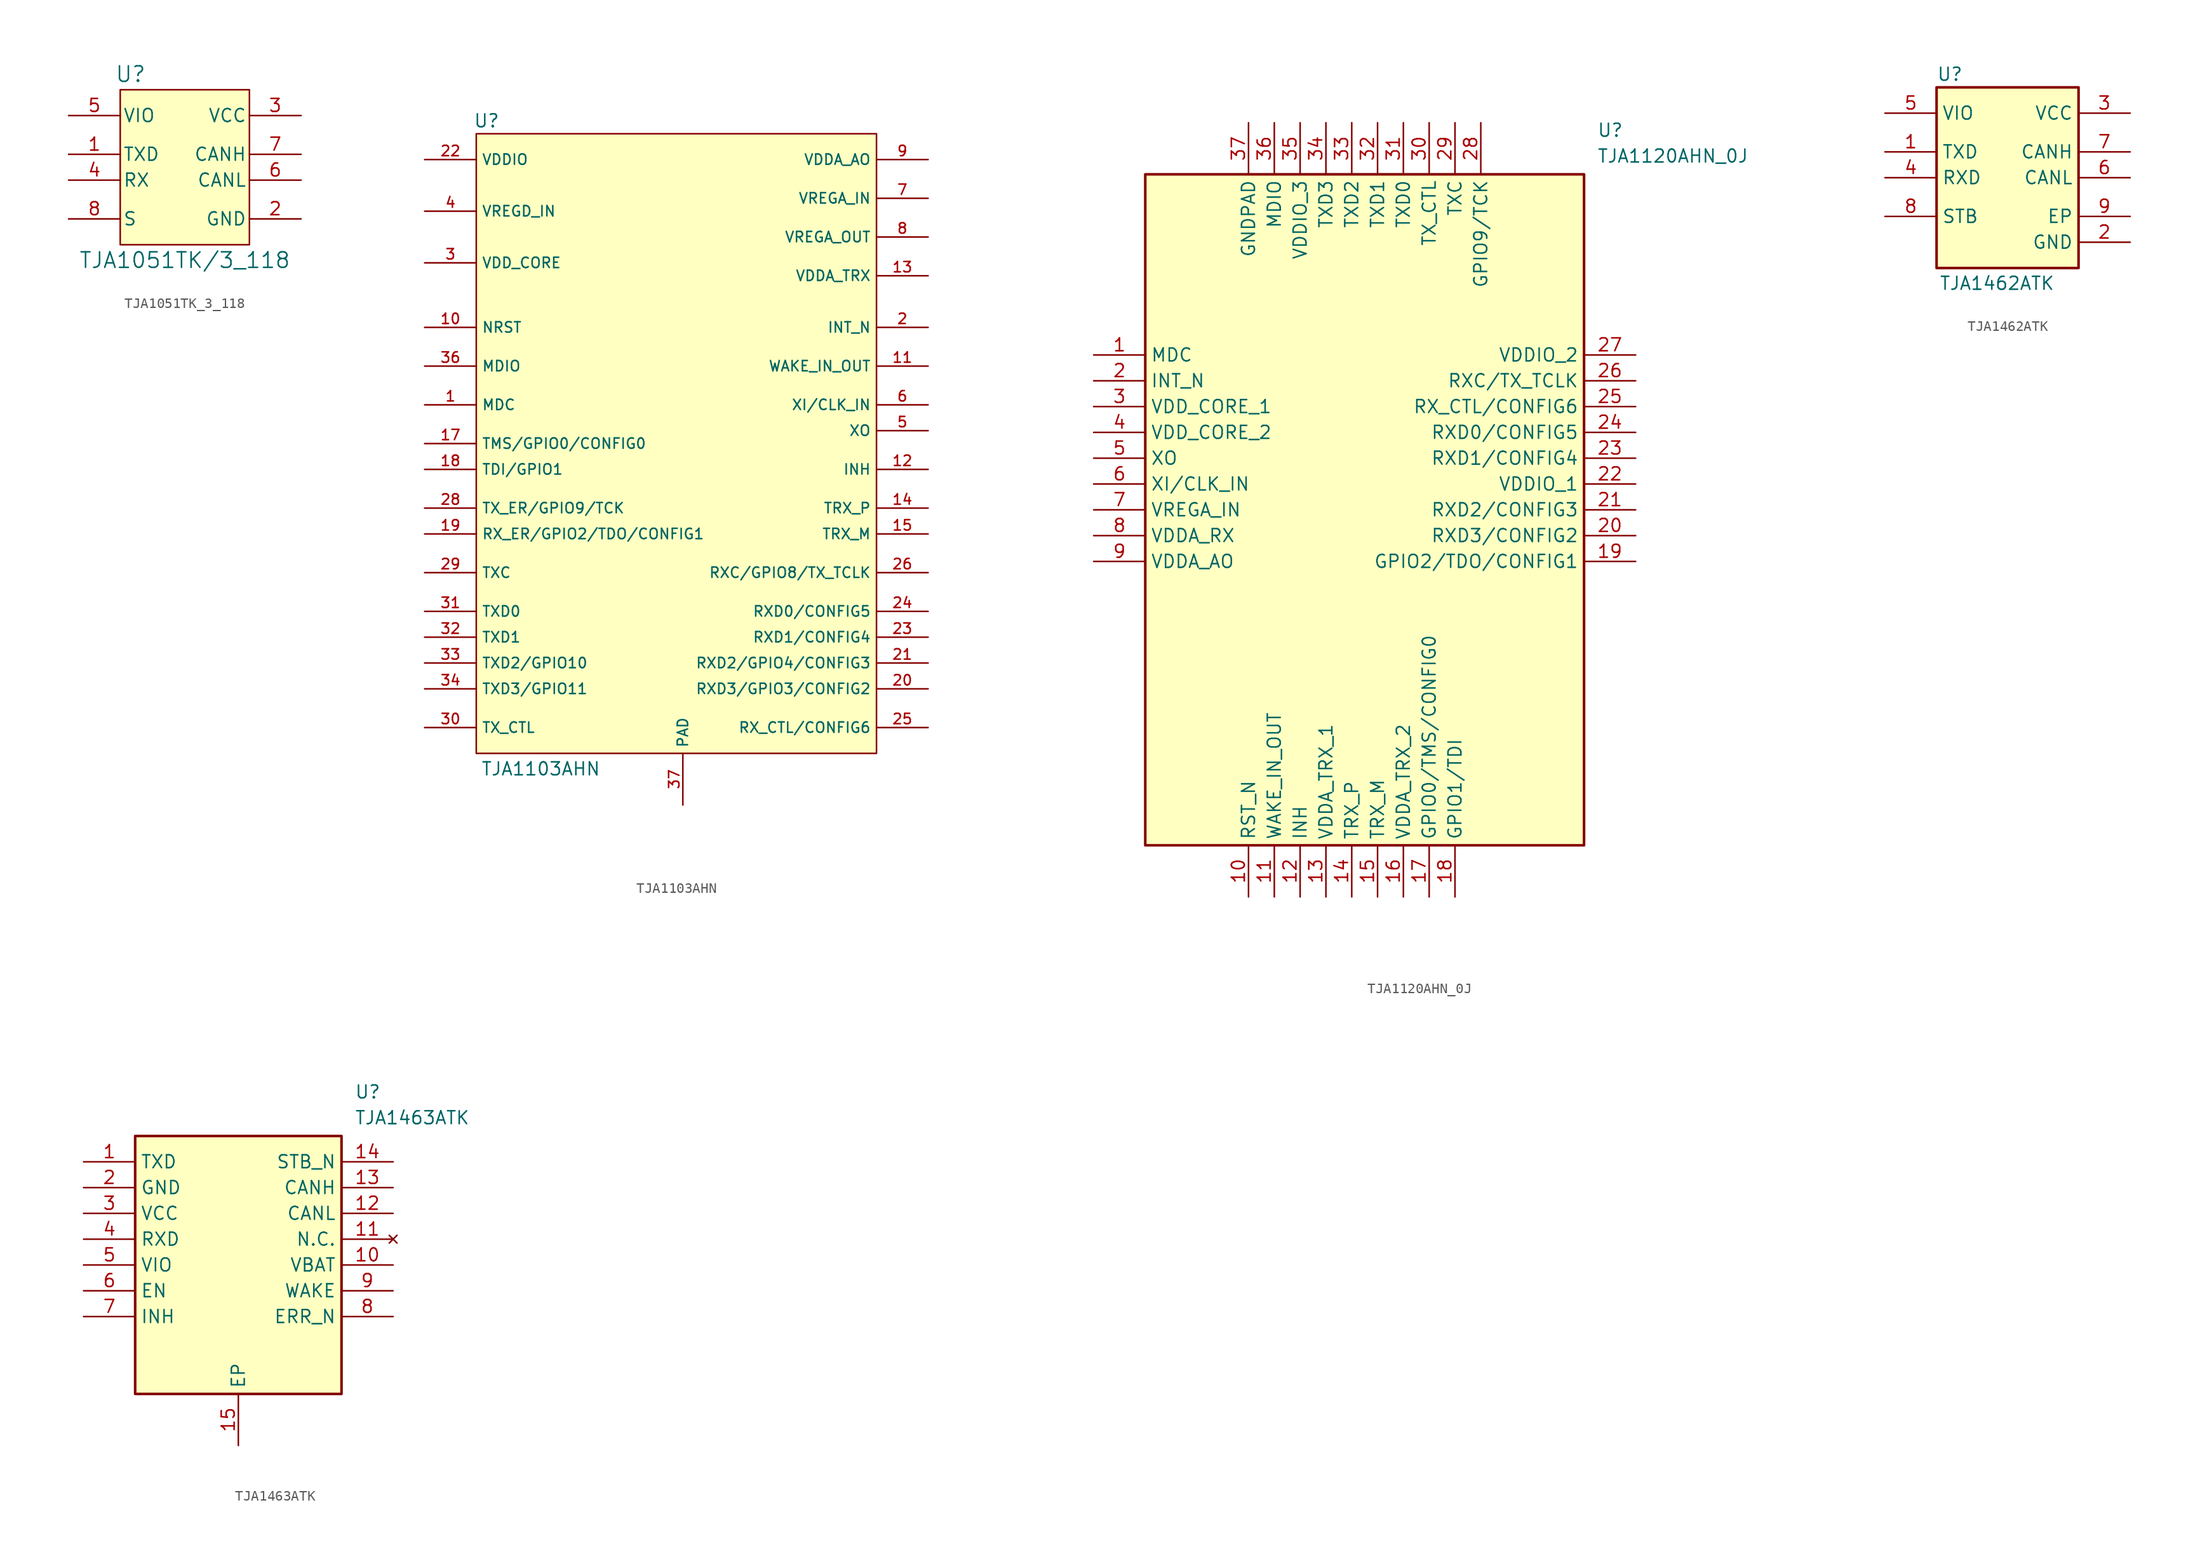
<source format=kicad_sym>
(kicad_symbol_lib
  (version 20241209)
  (generator "kicad_symbol_editor")
  (generator_version "9.0")
  (symbol "TJA1051TK_3_118"
    (pin_names
      (offset 0.254))
    (property "Reference" "U"
      (at -5.334 9.144 0)
      (effects (font (size 1.524 1.524))))
    (property "Value" "TJA1051TK/3_118"
      (at 0 -9.144 0)
      (effects (font (size 1.524 1.524))))
    (symbol "TJA1051TK_3_118_1_1"
      (rectangle (start -6.35 7.62) (end 6.35 -7.62) (stroke (width 0) (type default)) (fill (type background)))
      (pin power_in line (at -11.43 5.08 0) (length 5.08) (name "VIO" (effects (font (size 1.27 1.27)))) (number "5" (effects (font (size 1.27 1.27)))))
      (pin output line (at -11.43 1.27 0) (length 5.08) (name "TXD" (effects (font (size 1.27 1.27)))) (number "1" (effects (font (size 1.27 1.27)))))
      (pin input line (at -11.43 -1.27 0) (length 5.08) (name "RX" (effects (font (size 1.27 1.27)))) (number "4" (effects (font (size 1.27 1.27)))))
      (pin input line (at -11.43 -5.08 0) (length 5.08) (name "S" (effects (font (size 1.27 1.27)))) (number "8" (effects (font (size 1.27 1.27)))))
      (pin power_in line (at 11.43 5.08 180) (length 5.08) (name "VCC" (effects (font (size 1.27 1.27)))) (number "3" (effects (font (size 1.27 1.27)))))
      (pin bidirectional line (at 11.43 1.27 180) (length 5.08) (name "CANH" (effects (font (size 1.27 1.27)))) (number "7" (effects (font (size 1.27 1.27)))))
      (pin bidirectional line (at 11.43 -1.27 180) (length 5.08) (name "CANL" (effects (font (size 1.27 1.27)))) (number "6" (effects (font (size 1.27 1.27)))))
      (pin power_in line (at 11.43 -5.08 180) (length 5.08) (name "GND" (effects (font (size 1.27 1.27)))) (number "2" (effects (font (size 1.27 1.27)))))))
  (symbol "TJA1103AHN"
    (property "Reference" "U"
      (at -19.304 31.75 0)
      (effects (font (size 1.27 1.27))))
    (property "Value" "TJA1103AHN"
      (at -13.97 -32.004 0)
      (effects (font (size 1.27 1.27))))
    (symbol "TJA1103AHN_1_0"
      (pin power_in line (at -25.4 27.94 0) (length 5.08) (name "VDDIO" (effects (font (size 1.016 1.016)))) (number "22" (effects (font (size 1.016 1.016)))))
      (pin power_in line (at -25.4 27.94 0) (length 5.08) (hide yes) (name "VDDIO" (effects (font (size 1.016 1.016)))) (number "27" (effects (font (size 1.016 1.016)))))
      (pin power_in line (at -25.4 27.94 0) (length 5.08) (hide yes) (name "VDDIO" (effects (font (size 1.016 1.016)))) (number "35" (effects (font (size 1.016 1.016)))))
      (pin power_in line (at -25.4 22.86 0) (length 5.08) (name "VREGD_IN" (effects (font (size 1.016 1.016)))) (number "4" (effects (font (size 1.016 1.016)))))
      (pin power_in line (at -25.4 17.78 0) (length 5.08) (name "VDD_CORE" (effects (font (size 1.016 1.016)))) (number "3" (effects (font (size 1.016 1.016)))))
      (pin input line (at -25.4 11.43 0) (length 5.08) (name "NRST" (effects (font (size 1.016 1.016)))) (number "10" (effects (font (size 1.016 1.016)))))
      (pin bidirectional line (at -25.4 7.62 0) (length 5.08) (name "MDIO" (effects (font (size 1.016 1.016)))) (number "36" (effects (font (size 1.016 1.016)))))
      (pin input line (at -25.4 3.81 0) (length 5.08) (name "MDC" (effects (font (size 1.016 1.016)))) (number "1" (effects (font (size 1.016 1.016)))))
      (pin bidirectional line (at -25.4 0 0) (length 5.08) (name "TMS/GPIO0/CONFIG0" (effects (font (size 1.016 1.016)))) (number "17" (effects (font (size 1.016 1.016)))))
      (pin bidirectional line (at -25.4 -2.54 0) (length 5.08) (name "TDI/GPIO1" (effects (font (size 1.016 1.016)))) (number "18" (effects (font (size 1.016 1.016)))))
      (pin bidirectional line (at -25.4 -6.35 0) (length 5.08) (name "TX_ER/GPIO9/TCK" (effects (font (size 1.016 1.016)))) (number "28" (effects (font (size 1.016 1.016)))))
      (pin bidirectional line (at -25.4 -8.89 0) (length 5.08) (name "RX_ER/GPIO2/TDO/CONFIG1" (effects (font (size 1.016 1.016)))) (number "19" (effects (font (size 1.016 1.016)))))
      (pin bidirectional line (at -25.4 -12.7 0) (length 5.08) (name "TXC" (effects (font (size 1.016 1.016)))) (number "29" (effects (font (size 1.016 1.016)))))
      (pin input line (at -25.4 -16.51 0) (length 5.08) (name "TXD0" (effects (font (size 1.016 1.016)))) (number "31" (effects (font (size 1.016 1.016)))))
      (pin input line (at -25.4 -19.05 0) (length 5.08) (name "TXD1" (effects (font (size 1.016 1.016)))) (number "32" (effects (font (size 1.016 1.016)))))
      (pin bidirectional line (at -25.4 -21.59 0) (length 5.08) (name "TXD2/GPIO10" (effects (font (size 1.016 1.016)))) (number "33" (effects (font (size 1.016 1.016)))))
      (pin bidirectional line (at -25.4 -24.13 0) (length 5.08) (name "TXD3/GPIO11" (effects (font (size 1.016 1.016)))) (number "34" (effects (font (size 1.016 1.016)))))
      (pin input line (at -25.4 -27.94 0) (length 5.08) (name "TX_CTL" (effects (font (size 1.016 1.016)))) (number "30" (effects (font (size 1.016 1.016)))))
      (pin power_in line (at 0 -35.56 90) (length 5.08) (name "PAD" (effects (font (size 1.016 1.016)))) (number "37" (effects (font (size 1.016 1.016)))))
      (pin power_in line (at 24.13 27.94 180) (length 5.08) (name "VDDA_AO" (effects (font (size 1.016 1.016)))) (number "9" (effects (font (size 1.016 1.016)))))
      (pin power_in line (at 24.13 24.13 180) (length 5.08) (name "VREGA_IN" (effects (font (size 1.016 1.016)))) (number "7" (effects (font (size 1.016 1.016)))))
      (pin power_in line (at 24.13 20.32 180) (length 5.08) (name "VREGA_OUT" (effects (font (size 1.016 1.016)))) (number "8" (effects (font (size 1.016 1.016)))))
      (pin power_in line (at 24.13 16.51 180) (length 5.08) (name "VDDA_TRX" (effects (font (size 1.016 1.016)))) (number "13" (effects (font (size 1.016 1.016)))))
      (pin power_in line (at 24.13 16.51 180) (length 5.08) (hide yes) (name "VDDA_TRX" (effects (font (size 1.016 1.016)))) (number "16" (effects (font (size 1.016 1.016)))))
      (pin output line (at 24.13 11.43 180) (length 5.08) (name "INT_N" (effects (font (size 1.016 1.016)))) (number "2" (effects (font (size 1.016 1.016)))))
      (pin bidirectional line (at 24.13 7.62 180) (length 5.08) (name "WAKE_IN_OUT" (effects (font (size 1.016 1.016)))) (number "11" (effects (font (size 1.016 1.016)))))
      (pin input line (at 24.13 3.81 180) (length 5.08) (name "XI/CLK_IN" (effects (font (size 1.016 1.016)))) (number "6" (effects (font (size 1.016 1.016)))))
      (pin output line (at 24.13 1.27 180) (length 5.08) (name "XO" (effects (font (size 1.016 1.016)))) (number "5" (effects (font (size 1.016 1.016)))))
      (pin output line (at 24.13 -2.54 180) (length 5.08) (name "INH" (effects (font (size 1.016 1.016)))) (number "12" (effects (font (size 1.016 1.016)))))
      (pin bidirectional line (at 24.13 -6.35 180) (length 5.08) (name "TRX_P" (effects (font (size 1.016 1.016)))) (number "14" (effects (font (size 1.016 1.016)))))
      (pin bidirectional line (at 24.13 -8.89 180) (length 5.08) (name "TRX_M" (effects (font (size 1.016 1.016)))) (number "15" (effects (font (size 1.016 1.016)))))
      (pin bidirectional line (at 24.13 -12.7 180) (length 5.08) (name "RXC/GPIO8/TX_TCLK" (effects (font (size 1.016 1.016)))) (number "26" (effects (font (size 1.016 1.016)))))
      (pin bidirectional line (at 24.13 -16.51 180) (length 5.08) (name "RXD0/CONFIG5" (effects (font (size 1.016 1.016)))) (number "24" (effects (font (size 1.016 1.016)))))
      (pin bidirectional line (at 24.13 -19.05 180) (length 5.08) (name "RXD1/CONFIG4" (effects (font (size 1.016 1.016)))) (number "23" (effects (font (size 1.016 1.016)))))
      (pin bidirectional line (at 24.13 -21.59 180) (length 5.08) (name "RXD2/GPIO4/CONFIG3" (effects (font (size 1.016 1.016)))) (number "21" (effects (font (size 1.016 1.016)))))
      (pin bidirectional line (at 24.13 -24.13 180) (length 5.08) (name "RXD3/GPIO3/CONFIG2" (effects (font (size 1.016 1.016)))) (number "20" (effects (font (size 1.016 1.016)))))
      (pin bidirectional line (at 24.13 -27.94 180) (length 5.08) (name "RX_CTL/CONFIG6" (effects (font (size 1.016 1.016)))) (number "25" (effects (font (size 1.016 1.016))))))
    (symbol "TJA1103AHN_1_1"
      (rectangle (start -20.32 30.48) (end 19.05 -30.48) (stroke (width 0) (type default)) (fill (type background)))))
  (symbol "TJA1120AHN_0J"
    (property "Reference" "U"
      (at 49.53 22.86 0)
      (effects (font (size 1.27 1.27)) (justify left top)))
    (property "Value" "TJA1120AHN_0J"
      (at 49.53 20.32 0)
      (effects (font (size 1.27 1.27)) (justify left top)))
    (symbol "TJA1120AHN_0J_1_1"
      (rectangle (start 5.08 17.78) (end 48.26 -48.26) (stroke (width 0.254) (type default)) (fill (type background)))
      (pin input line (at 0 0 0) (length 5.08) (name "MDC" (effects (font (size 1.27 1.27)))) (number "1" (effects (font (size 1.27 1.27)))))
      (pin output line (at 0 -2.54 0) (length 5.08) (name "INT_N" (effects (font (size 1.27 1.27)))) (number "2" (effects (font (size 1.27 1.27)))))
      (pin power_in line (at 0 -5.08 0) (length 5.08) (name "VDD_CORE_1" (effects (font (size 1.27 1.27)))) (number "3" (effects (font (size 1.27 1.27)))))
      (pin power_in line (at 0 -7.62 0) (length 5.08) (name "VDD_CORE_2" (effects (font (size 1.27 1.27)))) (number "4" (effects (font (size 1.27 1.27)))))
      (pin output line (at 0 -10.16 0) (length 5.08) (name "XO" (effects (font (size 1.27 1.27)))) (number "5" (effects (font (size 1.27 1.27)))))
      (pin input line (at 0 -12.7 0) (length 5.08) (name "XI/CLK_IN" (effects (font (size 1.27 1.27)))) (number "6" (effects (font (size 1.27 1.27)))))
      (pin power_in line (at 0 -15.24 0) (length 5.08) (name "VREGA_IN" (effects (font (size 1.27 1.27)))) (number "7" (effects (font (size 1.27 1.27)))))
      (pin power_in line (at 0 -17.78 0) (length 5.08) (name "VDDA_RX" (effects (font (size 1.27 1.27)))) (number "8" (effects (font (size 1.27 1.27)))))
      (pin power_in line (at 0 -20.32 0) (length 5.08) (name "VDDA_AO" (effects (font (size 1.27 1.27)))) (number "9" (effects (font (size 1.27 1.27)))))
      (pin power_in line (at 15.24 22.86 270) (length 5.08) (name "GNDPAD" (effects (font (size 1.27 1.27)))) (number "37" (effects (font (size 1.27 1.27)))))
      (pin input line (at 15.24 -53.34 90) (length 5.08) (name "RST_N" (effects (font (size 1.27 1.27)))) (number "10" (effects (font (size 1.27 1.27)))))
      (pin bidirectional line (at 17.78 22.86 270) (length 5.08) (name "MDIO" (effects (font (size 1.27 1.27)))) (number "36" (effects (font (size 1.27 1.27)))))
      (pin bidirectional line (at 17.78 -53.34 90) (length 5.08) (name "WAKE_IN_OUT" (effects (font (size 1.27 1.27)))) (number "11" (effects (font (size 1.27 1.27)))))
      (pin power_in line (at 20.32 22.86 270) (length 5.08) (name "VDDIO_3" (effects (font (size 1.27 1.27)))) (number "35" (effects (font (size 1.27 1.27)))))
      (pin output line (at 20.32 -53.34 90) (length 5.08) (name "INH" (effects (font (size 1.27 1.27)))) (number "12" (effects (font (size 1.27 1.27)))))
      (pin bidirectional line (at 22.86 22.86 270) (length 5.08) (name "TXD3" (effects (font (size 1.27 1.27)))) (number "34" (effects (font (size 1.27 1.27)))))
      (pin power_in line (at 22.86 -53.34 90) (length 5.08) (name "VDDA_TRX_1" (effects (font (size 1.27 1.27)))) (number "13" (effects (font (size 1.27 1.27)))))
      (pin bidirectional line (at 25.4 22.86 270) (length 5.08) (name "TXD2" (effects (font (size 1.27 1.27)))) (number "33" (effects (font (size 1.27 1.27)))))
      (pin bidirectional line (at 25.4 -53.34 90) (length 5.08) (name "TRX_P" (effects (font (size 1.27 1.27)))) (number "14" (effects (font (size 1.27 1.27)))))
      (pin bidirectional line (at 27.94 22.86 270) (length 5.08) (name "TXD1" (effects (font (size 1.27 1.27)))) (number "32" (effects (font (size 1.27 1.27)))))
      (pin bidirectional line (at 27.94 -53.34 90) (length 5.08) (name "TRX_M" (effects (font (size 1.27 1.27)))) (number "15" (effects (font (size 1.27 1.27)))))
      (pin bidirectional line (at 30.48 22.86 270) (length 5.08) (name "TXD0" (effects (font (size 1.27 1.27)))) (number "31" (effects (font (size 1.27 1.27)))))
      (pin power_in line (at 30.48 -53.34 90) (length 5.08) (name "VDDA_TRX_2" (effects (font (size 1.27 1.27)))) (number "16" (effects (font (size 1.27 1.27)))))
      (pin bidirectional line (at 33.02 22.86 270) (length 5.08) (name "TX_CTL" (effects (font (size 1.27 1.27)))) (number "30" (effects (font (size 1.27 1.27)))))
      (pin bidirectional line (at 33.02 -53.34 90) (length 5.08) (name "GPIO0/TMS/CONFIG0" (effects (font (size 1.27 1.27)))) (number "17" (effects (font (size 1.27 1.27)))))
      (pin bidirectional line (at 35.56 22.86 270) (length 5.08) (name "TXC" (effects (font (size 1.27 1.27)))) (number "29" (effects (font (size 1.27 1.27)))))
      (pin bidirectional line (at 35.56 -53.34 90) (length 5.08) (name "GPIO1/TDI" (effects (font (size 1.27 1.27)))) (number "18" (effects (font (size 1.27 1.27)))))
      (pin bidirectional line (at 38.1 22.86 270) (length 5.08) (name "GPIO9/TCK" (effects (font (size 1.27 1.27)))) (number "28" (effects (font (size 1.27 1.27)))))
      (pin power_in line (at 53.34 0 180) (length 5.08) (name "VDDIO_2" (effects (font (size 1.27 1.27)))) (number "27" (effects (font (size 1.27 1.27)))))
      (pin bidirectional line (at 53.34 -2.54 180) (length 5.08) (name "RXC/TX_TCLK" (effects (font (size 1.27 1.27)))) (number "26" (effects (font (size 1.27 1.27)))))
      (pin bidirectional line (at 53.34 -5.08 180) (length 5.08) (name "RX_CTL/CONFIG6" (effects (font (size 1.27 1.27)))) (number "25" (effects (font (size 1.27 1.27)))))
      (pin bidirectional line (at 53.34 -7.62 180) (length 5.08) (name "RXD0/CONFIG5" (effects (font (size 1.27 1.27)))) (number "24" (effects (font (size 1.27 1.27)))))
      (pin bidirectional line (at 53.34 -10.16 180) (length 5.08) (name "RXD1/CONFIG4" (effects (font (size 1.27 1.27)))) (number "23" (effects (font (size 1.27 1.27)))))
      (pin power_in line (at 53.34 -12.7 180) (length 5.08) (name "VDDIO_1" (effects (font (size 1.27 1.27)))) (number "22" (effects (font (size 1.27 1.27)))))
      (pin bidirectional line (at 53.34 -15.24 180) (length 5.08) (name "RXD2/CONFIG3" (effects (font (size 1.27 1.27)))) (number "21" (effects (font (size 1.27 1.27)))))
      (pin bidirectional line (at 53.34 -17.78 180) (length 5.08) (name "RXD3/CONFIG2" (effects (font (size 1.27 1.27)))) (number "20" (effects (font (size 1.27 1.27)))))
      (pin bidirectional line (at 53.34 -20.32 180) (length 5.08) (name "GPIO2/TDO/CONFIG1" (effects (font (size 1.27 1.27)))) (number "19" (effects (font (size 1.27 1.27)))))))
  (symbol "TJA1462ATK"
    (property "Reference" "U"
      (at -6.35 10.922 0)
      (effects (font (size 1.27 1.27)) (justify left top)))
    (property "Value" "TJA1462ATK"
      (at -6.096 -9.652 0)
      (effects (font (size 1.27 1.27)) (justify left top)))
    (symbol "TJA1462ATK_1_1"
      (rectangle (start -6.35 8.89) (end 7.62 -8.89) (stroke (width 0.254) (type default)) (fill (type background)))
      (pin passive line (at -11.43 6.35 0) (length 5.08) (name "VIO" (effects (font (size 1.27 1.27)))) (number "5" (effects (font (size 1.27 1.27)))))
      (pin passive line (at -11.43 2.54 0) (length 5.08) (name "TXD" (effects (font (size 1.27 1.27)))) (number "1" (effects (font (size 1.27 1.27)))))
      (pin passive line (at -11.43 0 0) (length 5.08) (name "RXD" (effects (font (size 1.27 1.27)))) (number "4" (effects (font (size 1.27 1.27)))))
      (pin passive line (at -11.43 -3.81 0) (length 5.08) (name "STB" (effects (font (size 1.27 1.27)))) (number "8" (effects (font (size 1.27 1.27)))))
      (pin passive line (at 12.7 6.35 180) (length 5.08) (name "VCC" (effects (font (size 1.27 1.27)))) (number "3" (effects (font (size 1.27 1.27)))))
      (pin passive line (at 12.7 2.54 180) (length 5.08) (name "CANH" (effects (font (size 1.27 1.27)))) (number "7" (effects (font (size 1.27 1.27)))))
      (pin passive line (at 12.7 0 180) (length 5.08) (name "CANL" (effects (font (size 1.27 1.27)))) (number "6" (effects (font (size 1.27 1.27)))))
      (pin passive line (at 12.7 -3.81 180) (length 5.08) (name "EP" (effects (font (size 1.27 1.27)))) (number "9" (effects (font (size 1.27 1.27)))))
      (pin passive line (at 12.7 -6.35 180) (length 5.08) (name "GND" (effects (font (size 1.27 1.27)))) (number "2" (effects (font (size 1.27 1.27)))))))
  (symbol "TJA1463ATK"
    (property "Reference" "U"
      (at 26.67 7.62 0)
      (effects (font (size 1.27 1.27)) (justify left top)))
    (property "Value" "TJA1463ATK"
      (at 26.67 5.08 0)
      (effects (font (size 1.27 1.27)) (justify left top)))
    (symbol "TJA1463ATK_1_1"
      (rectangle (start 5.08 2.54) (end 25.4 -22.86) (stroke (width 0.254) (type default)) (fill (type background)))
      (pin passive line (at 0 0 0) (length 5.08) (name "TXD" (effects (font (size 1.27 1.27)))) (number "1" (effects (font (size 1.27 1.27)))))
      (pin passive line (at 0 -2.54 0) (length 5.08) (name "GND" (effects (font (size 1.27 1.27)))) (number "2" (effects (font (size 1.27 1.27)))))
      (pin passive line (at 0 -5.08 0) (length 5.08) (name "VCC" (effects (font (size 1.27 1.27)))) (number "3" (effects (font (size 1.27 1.27)))))
      (pin passive line (at 0 -7.62 0) (length 5.08) (name "RXD" (effects (font (size 1.27 1.27)))) (number "4" (effects (font (size 1.27 1.27)))))
      (pin passive line (at 0 -10.16 0) (length 5.08) (name "VIO" (effects (font (size 1.27 1.27)))) (number "5" (effects (font (size 1.27 1.27)))))
      (pin passive line (at 0 -12.7 0) (length 5.08) (name "EN" (effects (font (size 1.27 1.27)))) (number "6" (effects (font (size 1.27 1.27)))))
      (pin passive line (at 0 -15.24 0) (length 5.08) (name "INH" (effects (font (size 1.27 1.27)))) (number "7" (effects (font (size 1.27 1.27)))))
      (pin passive line (at 15.24 -27.94 90) (length 5.08) (name "EP" (effects (font (size 1.27 1.27)))) (number "15" (effects (font (size 1.27 1.27)))))
      (pin passive line (at 30.48 0 180) (length 5.08) (name "STB_N" (effects (font (size 1.27 1.27)))) (number "14" (effects (font (size 1.27 1.27)))))
      (pin passive line (at 30.48 -2.54 180) (length 5.08) (name "CANH" (effects (font (size 1.27 1.27)))) (number "13" (effects (font (size 1.27 1.27)))))
      (pin passive line (at 30.48 -5.08 180) (length 5.08) (name "CANL" (effects (font (size 1.27 1.27)))) (number "12" (effects (font (size 1.27 1.27)))))
      (pin no_connect line (at 30.48 -7.62 180) (length 5.08) (name "N.C." (effects (font (size 1.27 1.27)))) (number "11" (effects (font (size 1.27 1.27)))))
      (pin passive line (at 30.48 -10.16 180) (length 5.08) (name "VBAT" (effects (font (size 1.27 1.27)))) (number "10" (effects (font (size 1.27 1.27)))))
      (pin passive line (at 30.48 -12.7 180) (length 5.08) (name "WAKE" (effects (font (size 1.27 1.27)))) (number "9" (effects (font (size 1.27 1.27)))))
      (pin passive line (at 30.48 -15.24 180) (length 5.08) (name "ERR_N" (effects (font (size 1.27 1.27)))) (number "8" (effects (font (size 1.27 1.27))))))))
</source>
